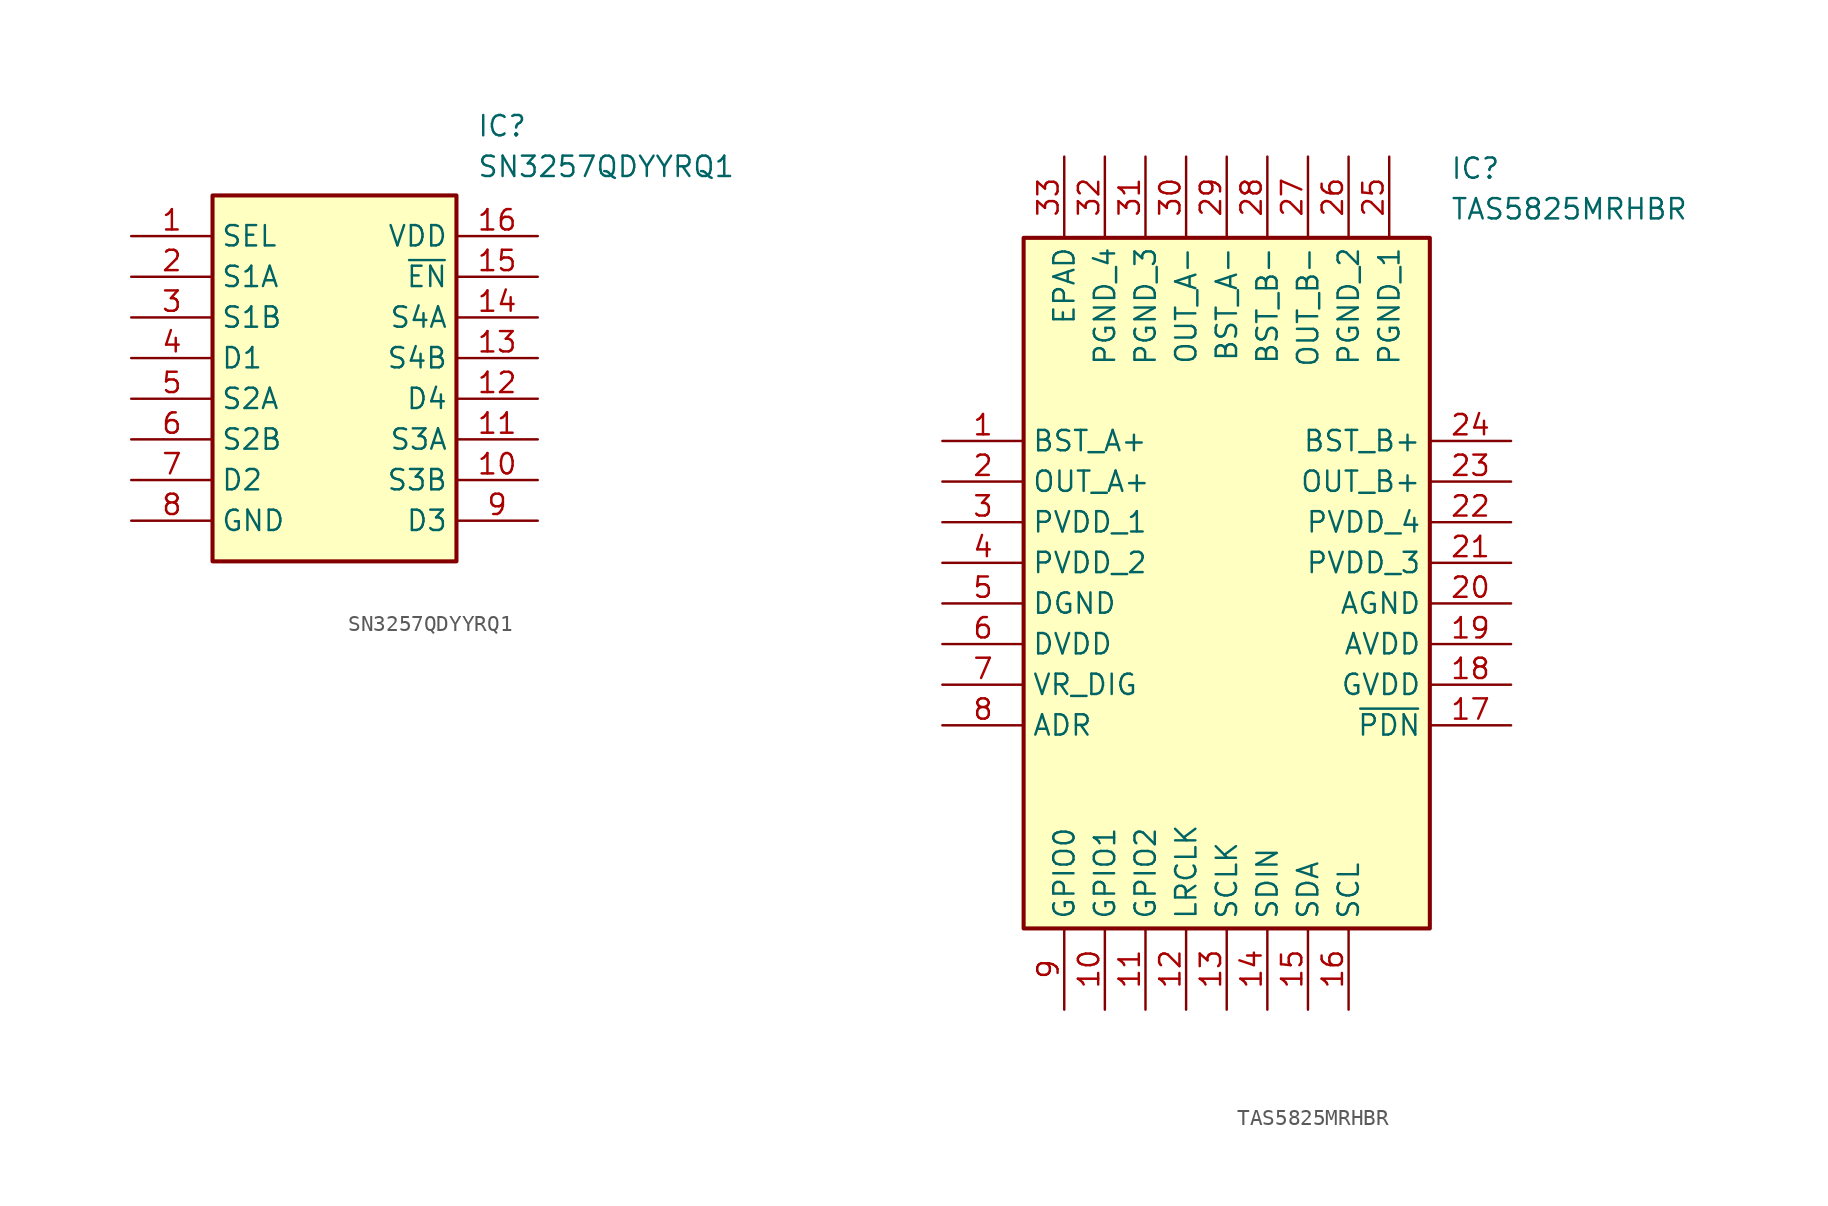
<source format=kicad_sym>
(kicad_symbol_lib
  (version 20241209)
  (generator "kicad_symbol_editor")
  (generator_version "9.0")
  (symbol "SN3257QDYYRQ1"
    (property "Reference" "IC"
      (at 21.59 7.62 0)
      (effects (font (size 1.27 1.27)) (justify left top)))
    (property "Value" "SN3257QDYYRQ1"
      (at 21.59 5.08 0)
      (effects (font (size 1.27 1.27)) (justify left top)))
    (symbol "SN3257QDYYRQ1_1_1"
      (rectangle (start 5.08 2.54) (end 20.32 -20.32) (stroke (width 0.254) (type default)) (fill (type background)))
      (pin passive line (at 0 0 0) (length 5.08) (name "SEL" (effects (font (size 1.27 1.27)))) (number "1" (effects (font (size 1.27 1.27)))))
      (pin passive line (at 0 -2.54 0) (length 5.08) (name "S1A" (effects (font (size 1.27 1.27)))) (number "2" (effects (font (size 1.27 1.27)))))
      (pin passive line (at 0 -5.08 0) (length 5.08) (name "S1B" (effects (font (size 1.27 1.27)))) (number "3" (effects (font (size 1.27 1.27)))))
      (pin passive line (at 0 -7.62 0) (length 5.08) (name "D1" (effects (font (size 1.27 1.27)))) (number "4" (effects (font (size 1.27 1.27)))))
      (pin passive line (at 0 -10.16 0) (length 5.08) (name "S2A" (effects (font (size 1.27 1.27)))) (number "5" (effects (font (size 1.27 1.27)))))
      (pin passive line (at 0 -12.7 0) (length 5.08) (name "S2B" (effects (font (size 1.27 1.27)))) (number "6" (effects (font (size 1.27 1.27)))))
      (pin passive line (at 0 -15.24 0) (length 5.08) (name "D2" (effects (font (size 1.27 1.27)))) (number "7" (effects (font (size 1.27 1.27)))))
      (pin passive line (at 0 -17.78 0) (length 5.08) (name "GND" (effects (font (size 1.27 1.27)))) (number "8" (effects (font (size 1.27 1.27)))))
      (pin passive line (at 25.4 0 180) (length 5.08) (name "VDD" (effects (font (size 1.27 1.27)))) (number "16" (effects (font (size 1.27 1.27)))))
      (pin passive line (at 25.4 -2.54 180) (length 5.08) (name "~{EN}" (effects (font (size 1.27 1.27)))) (number "15" (effects (font (size 1.27 1.27)))))
      (pin passive line (at 25.4 -5.08 180) (length 5.08) (name "S4A" (effects (font (size 1.27 1.27)))) (number "14" (effects (font (size 1.27 1.27)))))
      (pin passive line (at 25.4 -7.62 180) (length 5.08) (name "S4B" (effects (font (size 1.27 1.27)))) (number "13" (effects (font (size 1.27 1.27)))))
      (pin passive line (at 25.4 -10.16 180) (length 5.08) (name "D4" (effects (font (size 1.27 1.27)))) (number "12" (effects (font (size 1.27 1.27)))))
      (pin passive line (at 25.4 -12.7 180) (length 5.08) (name "S3A" (effects (font (size 1.27 1.27)))) (number "11" (effects (font (size 1.27 1.27)))))
      (pin passive line (at 25.4 -15.24 180) (length 5.08) (name "S3B" (effects (font (size 1.27 1.27)))) (number "10" (effects (font (size 1.27 1.27)))))
      (pin passive line (at 25.4 -17.78 180) (length 5.08) (name "D3" (effects (font (size 1.27 1.27)))) (number "9" (effects (font (size 1.27 1.27)))))))
  (symbol "TAS5825MRHBR"
    (property "Reference" "IC"
      (at 31.75 17.78 0)
      (effects (font (size 1.27 1.27)) (justify left top)))
    (property "Value" "TAS5825MRHBR"
      (at 31.75 15.24 0)
      (effects (font (size 1.27 1.27)) (justify left top)))
    (symbol "TAS5825MRHBR_1_1"
      (rectangle (start 5.08 12.7) (end 30.48 -30.48) (stroke (width 0.254) (type default)) (fill (type background)))
      (pin passive line (at 0 0 0) (length 5.08) (name "BST_A+" (effects (font (size 1.27 1.27)))) (number "1" (effects (font (size 1.27 1.27)))))
      (pin passive line (at 0 -2.54 0) (length 5.08) (name "OUT_A+" (effects (font (size 1.27 1.27)))) (number "2" (effects (font (size 1.27 1.27)))))
      (pin passive line (at 0 -5.08 0) (length 5.08) (name "PVDD_1" (effects (font (size 1.27 1.27)))) (number "3" (effects (font (size 1.27 1.27)))))
      (pin passive line (at 0 -7.62 0) (length 5.08) (name "PVDD_2" (effects (font (size 1.27 1.27)))) (number "4" (effects (font (size 1.27 1.27)))))
      (pin passive line (at 0 -10.16 0) (length 5.08) (name "DGND" (effects (font (size 1.27 1.27)))) (number "5" (effects (font (size 1.27 1.27)))))
      (pin passive line (at 0 -12.7 0) (length 5.08) (name "DVDD" (effects (font (size 1.27 1.27)))) (number "6" (effects (font (size 1.27 1.27)))))
      (pin passive line (at 0 -15.24 0) (length 5.08) (name "VR_DIG" (effects (font (size 1.27 1.27)))) (number "7" (effects (font (size 1.27 1.27)))))
      (pin passive line (at 0 -17.78 0) (length 5.08) (name "ADR" (effects (font (size 1.27 1.27)))) (number "8" (effects (font (size 1.27 1.27)))))
      (pin passive line (at 7.62 17.78 270) (length 5.08) (name "EPAD" (effects (font (size 1.27 1.27)))) (number "33" (effects (font (size 1.27 1.27)))))
      (pin passive line (at 7.62 -35.56 90) (length 5.08) (name "GPIO0" (effects (font (size 1.27 1.27)))) (number "9" (effects (font (size 1.27 1.27)))))
      (pin passive line (at 10.16 17.78 270) (length 5.08) (name "PGND_4" (effects (font (size 1.27 1.27)))) (number "32" (effects (font (size 1.27 1.27)))))
      (pin passive line (at 10.16 -35.56 90) (length 5.08) (name "GPIO1" (effects (font (size 1.27 1.27)))) (number "10" (effects (font (size 1.27 1.27)))))
      (pin passive line (at 12.7 17.78 270) (length 5.08) (name "PGND_3" (effects (font (size 1.27 1.27)))) (number "31" (effects (font (size 1.27 1.27)))))
      (pin passive line (at 12.7 -35.56 90) (length 5.08) (name "GPIO2" (effects (font (size 1.27 1.27)))) (number "11" (effects (font (size 1.27 1.27)))))
      (pin passive line (at 15.24 17.78 270) (length 5.08) (name "OUT_A-" (effects (font (size 1.27 1.27)))) (number "30" (effects (font (size 1.27 1.27)))))
      (pin passive line (at 15.24 -35.56 90) (length 5.08) (name "LRCLK" (effects (font (size 1.27 1.27)))) (number "12" (effects (font (size 1.27 1.27)))))
      (pin passive line (at 17.78 17.78 270) (length 5.08) (name "BST_A-" (effects (font (size 1.27 1.27)))) (number "29" (effects (font (size 1.27 1.27)))))
      (pin passive line (at 17.78 -35.56 90) (length 5.08) (name "SCLK" (effects (font (size 1.27 1.27)))) (number "13" (effects (font (size 1.27 1.27)))))
      (pin passive line (at 20.32 17.78 270) (length 5.08) (name "BST_B-" (effects (font (size 1.27 1.27)))) (number "28" (effects (font (size 1.27 1.27)))))
      (pin passive line (at 20.32 -35.56 90) (length 5.08) (name "SDIN" (effects (font (size 1.27 1.27)))) (number "14" (effects (font (size 1.27 1.27)))))
      (pin passive line (at 22.86 17.78 270) (length 5.08) (name "OUT_B-" (effects (font (size 1.27 1.27)))) (number "27" (effects (font (size 1.27 1.27)))))
      (pin passive line (at 22.86 -35.56 90) (length 5.08) (name "SDA" (effects (font (size 1.27 1.27)))) (number "15" (effects (font (size 1.27 1.27)))))
      (pin passive line (at 25.4 17.78 270) (length 5.08) (name "PGND_2" (effects (font (size 1.27 1.27)))) (number "26" (effects (font (size 1.27 1.27)))))
      (pin passive line (at 25.4 -35.56 90) (length 5.08) (name "SCL" (effects (font (size 1.27 1.27)))) (number "16" (effects (font (size 1.27 1.27)))))
      (pin passive line (at 27.94 17.78 270) (length 5.08) (name "PGND_1" (effects (font (size 1.27 1.27)))) (number "25" (effects (font (size 1.27 1.27)))))
      (pin passive line (at 35.56 0 180) (length 5.08) (name "BST_B+" (effects (font (size 1.27 1.27)))) (number "24" (effects (font (size 1.27 1.27)))))
      (pin passive line (at 35.56 -2.54 180) (length 5.08) (name "OUT_B+" (effects (font (size 1.27 1.27)))) (number "23" (effects (font (size 1.27 1.27)))))
      (pin passive line (at 35.56 -5.08 180) (length 5.08) (name "PVDD_4" (effects (font (size 1.27 1.27)))) (number "22" (effects (font (size 1.27 1.27)))))
      (pin passive line (at 35.56 -7.62 180) (length 5.08) (name "PVDD_3" (effects (font (size 1.27 1.27)))) (number "21" (effects (font (size 1.27 1.27)))))
      (pin passive line (at 35.56 -10.16 180) (length 5.08) (name "AGND" (effects (font (size 1.27 1.27)))) (number "20" (effects (font (size 1.27 1.27)))))
      (pin passive line (at 35.56 -12.7 180) (length 5.08) (name "AVDD" (effects (font (size 1.27 1.27)))) (number "19" (effects (font (size 1.27 1.27)))))
      (pin passive line (at 35.56 -15.24 180) (length 5.08) (name "GVDD" (effects (font (size 1.27 1.27)))) (number "18" (effects (font (size 1.27 1.27)))))
      (pin passive line (at 35.56 -17.78 180) (length 5.08) (name "~{PDN}" (effects (font (size 1.27 1.27)))) (number "17" (effects (font (size 1.27 1.27))))))))
</source>
